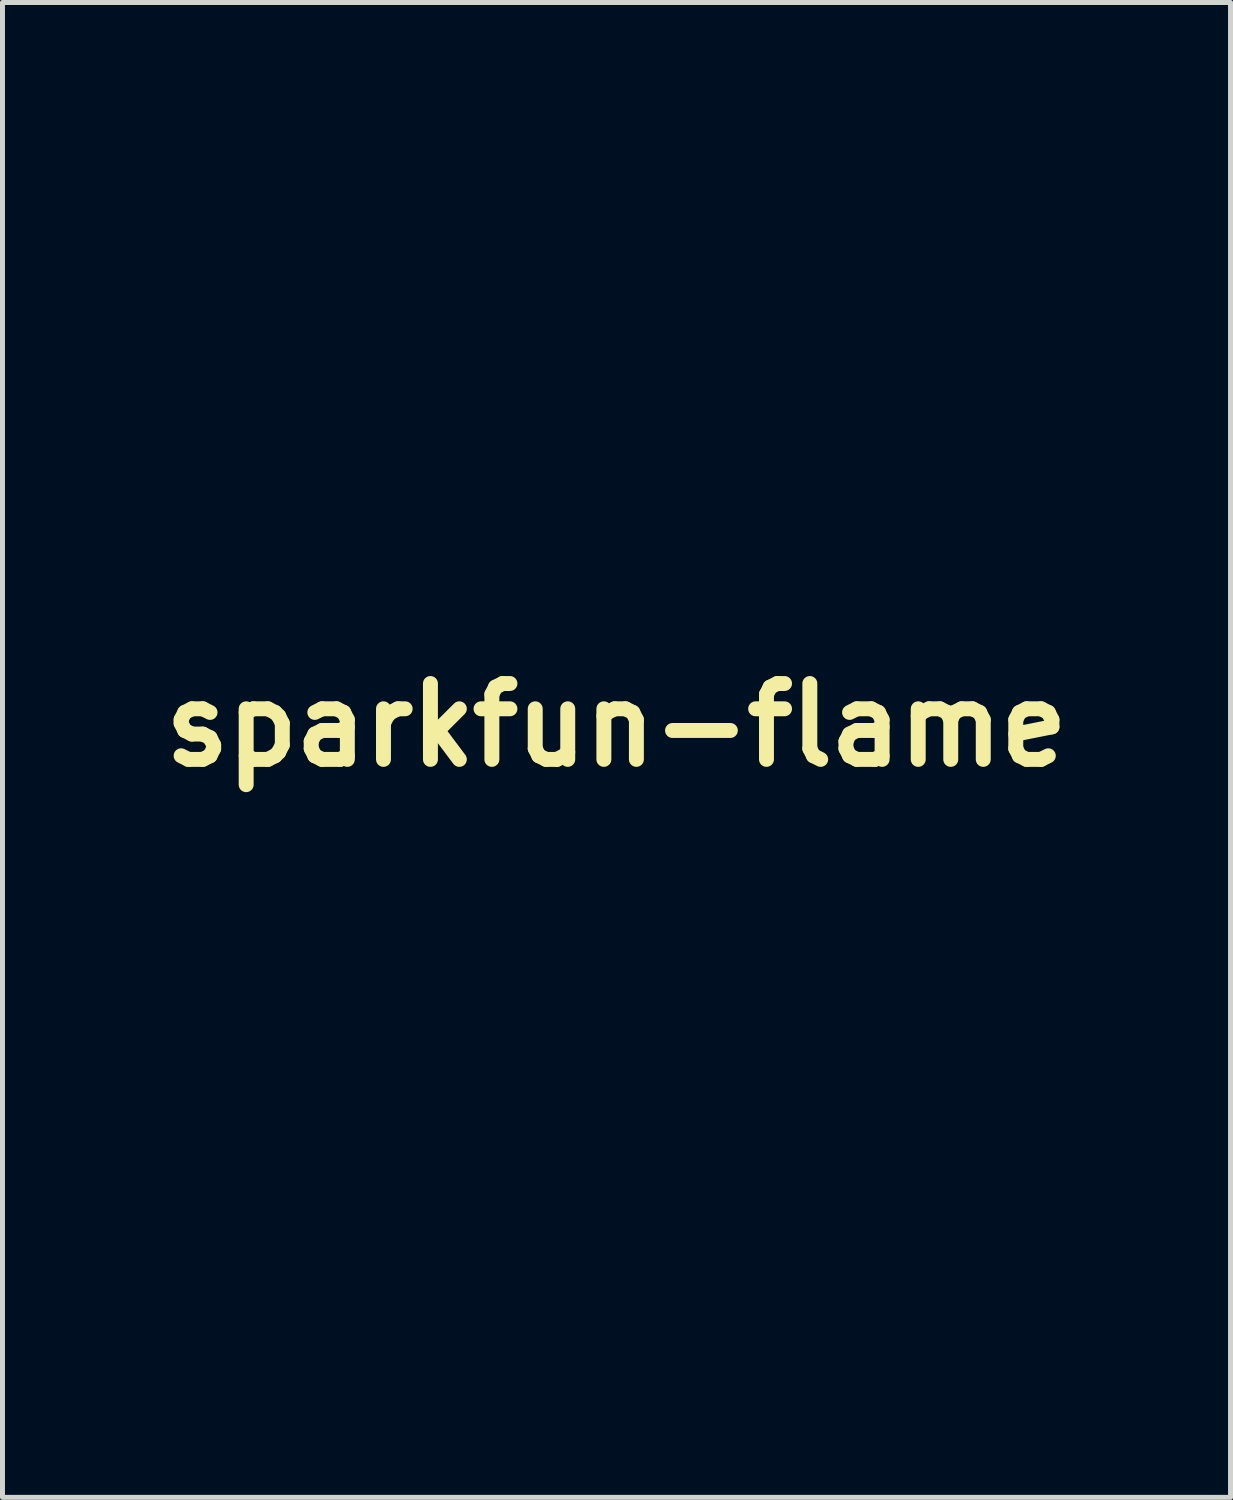
<source format=kicad_pcb>
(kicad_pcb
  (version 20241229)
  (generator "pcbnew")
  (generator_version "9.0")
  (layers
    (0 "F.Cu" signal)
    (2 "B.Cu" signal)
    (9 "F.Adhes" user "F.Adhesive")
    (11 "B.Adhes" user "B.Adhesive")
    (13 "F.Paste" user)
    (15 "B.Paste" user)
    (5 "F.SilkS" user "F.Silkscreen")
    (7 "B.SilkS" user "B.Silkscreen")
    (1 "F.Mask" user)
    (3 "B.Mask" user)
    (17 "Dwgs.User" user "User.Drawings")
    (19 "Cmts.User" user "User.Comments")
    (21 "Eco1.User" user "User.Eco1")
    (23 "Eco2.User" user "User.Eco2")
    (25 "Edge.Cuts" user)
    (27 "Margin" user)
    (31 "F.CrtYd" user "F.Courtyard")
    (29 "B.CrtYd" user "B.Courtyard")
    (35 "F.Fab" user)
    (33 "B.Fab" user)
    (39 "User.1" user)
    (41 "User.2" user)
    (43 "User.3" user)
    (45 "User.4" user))
  (footprint "sparkfun-flame"
    (layer "F.Cu")
    (at 9.333 11.513)
    (property "Reference" "sparkfun-flame" (at 0 0 0) (layer "F.SilkS") (effects (font (size 1.524 1.524) (thickness 0.3))))
    (attr through_hole)
    (fp_poly (pts (xy 1.227 -11.486) (xy 1.649 -11.425) (xy 2.073 -11.323) (xy 2.497 -11.181) (xy 2.919 -11) (xy 3.196 -10.858) (xy 3.306 -10.796) (xy 3.429 -10.722) (xy 3.556 -10.642) (xy 3.679 -10.56) (xy 3.79 -10.484) (xy 3.881 -10.418) (xy 3.937 -10.372) (xy 4.011 -10.306) (xy 3.948 -10.317) (xy 3.902 -10.323) (xy 3.825 -10.332) (xy 3.728 -10.343) (xy 3.623 -10.353) (xy 3.314 -10.366) (xy 3.008 -10.344) (xy 2.711 -10.289) (xy 2.43 -10.204) (xy 2.168 -10.088) (xy 1.933 -9.944) (xy 1.857 -9.888) (xy 1.696 -9.741) (xy 1.547 -9.57) (xy 1.416 -9.384) (xy 1.31 -9.192) (xy 1.234 -9.003) (xy 1.217 -8.944) (xy 1.196 -8.816) (xy 1.187 -8.666) (xy 1.191 -8.511) (xy 1.208 -8.368) (xy 1.217 -8.323) (xy 1.293 -8.086) (xy 1.408 -7.846) (xy 1.559 -7.604) (xy 1.745 -7.365) (xy 1.962 -7.131) (xy 2.209 -6.906) (xy 2.482 -6.692) (xy 2.677 -6.557) (xy 2.968 -6.38) (xy 3.245 -6.238) (xy 3.51 -6.131) (xy 3.759 -6.058) (xy 3.993 -6.02) (xy 4.209 -6.018) (xy 4.407 -6.05) (xy 4.586 -6.118) (xy 4.743 -6.222) (xy 4.824 -6.297) (xy 4.939 -6.449) (xy 5.026 -6.629) (xy 5.085 -6.836) (xy 5.114 -7.064) (xy 5.113 -7.311) (xy 5.102 -7.437) (xy 5.092 -7.525) (xy 5.086 -7.597) (xy 5.083 -7.642) (xy 5.084 -7.653) (xy 5.106 -7.648) (xy 5.157 -7.63) (xy 5.227 -7.602) (xy 5.255 -7.59) (xy 5.484 -7.472) (xy 5.717 -7.316) (xy 5.952 -7.125) (xy 6.185 -6.903) (xy 6.413 -6.653) (xy 6.631 -6.378) (xy 6.821 -6.107) (xy 6.91 -5.963) (xy 7.009 -5.789) (xy 7.112 -5.595) (xy 7.215 -5.391) (xy 7.312 -5.186) (xy 7.4 -4.992) (xy 7.473 -4.816) (xy 7.504 -4.731) (xy 7.658 -4.264) (xy 7.78 -3.809) (xy 7.871 -3.358) (xy 7.933 -2.901) (xy 7.967 -2.43) (xy 7.975 -1.936) (xy 7.973 -1.799) (xy 7.966 -1.556) (xy 7.956 -1.343) (xy 7.941 -1.149) (xy 7.92 -0.964) (xy 7.892 -0.774) (xy 7.857 -0.57) (xy 7.851 -0.54) (xy 7.725 0.025) (xy 7.557 0.58) (xy 7.349 1.125) (xy 7.102 1.659) (xy 6.817 2.18) (xy 6.493 2.686) (xy 6.133 3.176) (xy 5.737 3.649) (xy 5.305 4.102) (xy 5.247 4.16) (xy 4.817 4.55) (xy 4.368 4.903) (xy 3.901 5.218) (xy 3.415 5.494) (xy 2.911 5.733) (xy 2.388 5.933) (xy 1.848 6.095) (xy 1.289 6.219) (xy 0.712 6.304) (xy 0.476 6.328) (xy 0.385 6.334) (xy 0.261 6.339) (xy 0.112 6.343) (xy -0.053 6.347) (xy -0.226 6.349) (xy -0.377 6.35) (xy -0.56 6.35) (xy -0.707 6.351) (xy -0.825 6.354) (xy -0.921 6.358) (xy -1 6.364) (xy -1.07 6.373) (xy -1.138 6.384) (xy -1.192 6.394) (xy -1.54 6.483) (xy -1.882 6.603) (xy -2.222 6.757) (xy -2.563 6.946) (xy -2.908 7.172) (xy -3.258 7.436) (xy -3.493 7.63) (xy -3.672 7.789) (xy -3.875 7.979) (xy -4.1 8.197) (xy -4.344 8.441) (xy -4.604 8.708) (xy -4.879 8.995) (xy -5.166 9.299) (xy -5.463 9.62) (xy -5.768 9.953) (xy -6.077 10.296) (xy -6.388 10.647) (xy -6.7 11.003) (xy -7.01 11.361) (xy -7.316 11.72) (xy -7.614 12.076) (xy -7.693 12.171) (xy -7.776 12.271) (xy -7.849 12.36) (xy -7.909 12.432) (xy -7.951 12.482) (xy -7.971 12.507) (xy -7.972 12.508) (xy -7.973 12.488) (xy -7.973 12.427) (xy -7.974 12.327) (xy -7.975 12.189) (xy -7.975 12.016) (xy -7.976 11.809) (xy -7.976 11.568) (xy -7.977 11.297) (xy -7.977 10.997) (xy -7.977 10.669) (xy -7.978 10.315) (xy -7.978 9.936) (xy -7.979 9.535) (xy -7.979 9.112) (xy -7.979 8.669) (xy -7.979 8.209) (xy -7.979 7.732) (xy -7.98 7.241) (xy -7.98 6.737) (xy -7.98 6.221) (xy -7.98 6.094) (xy -7.98 5.464) (xy -7.98 4.874) (xy -7.98 4.323) (xy -7.979 3.811) (xy -7.979 3.334) (xy -7.979 2.893) (xy -7.979 2.485) (xy -7.978 2.109) (xy -7.978 1.764) (xy -7.977 1.448) (xy -7.976 1.159) (xy -7.975 0.896) (xy -7.973 0.658) (xy -7.971 0.443) (xy -7.969 0.249) (xy -7.967 0.076) (xy -7.964 -0.079) (xy -7.961 -0.216) (xy -7.957 -0.338) (xy -7.954 -0.446) (xy -7.949 -0.54) (xy -7.944 -0.624) (xy -7.939 -0.698) (xy -7.933 -0.764) (xy -7.927 -0.822) (xy -7.92 -0.876) (xy -7.912 -0.925) (xy -7.904 -0.973) (xy -7.896 -1.019) (xy -7.886 -1.066) (xy -7.876 -1.115) (xy -7.865 -1.167) (xy -7.864 -1.171) (xy -7.769 -1.554) (xy -7.643 -1.915) (xy -7.487 -2.25) (xy -7.332 -2.511) (xy -7.241 -2.635) (xy -7.123 -2.774) (xy -6.989 -2.917) (xy -6.847 -3.055) (xy -6.706 -3.18) (xy -6.575 -3.281) (xy -6.54 -3.306) (xy -6.206 -3.504) (xy -5.848 -3.667) (xy -5.471 -3.795) (xy -5.079 -3.886) (xy -4.949 -3.907) (xy -4.838 -3.921) (xy -4.725 -3.93) (xy -4.599 -3.934) (xy -4.45 -3.934) (xy -4.297 -3.932) (xy -4.055 -3.922) (xy -3.844 -3.903) (xy -3.652 -3.875) (xy -3.468 -3.836) (xy -3.313 -3.793) (xy -3.187 -3.755) (xy -3.457 -3.625) (xy -3.743 -3.473) (xy -3.989 -3.316) (xy -4.195 -3.154) (xy -4.359 -2.986) (xy -4.482 -2.813) (xy -4.563 -2.635) (xy -4.593 -2.521) (xy -4.61 -2.313) (xy -4.586 -2.1) (xy -4.521 -1.883) (xy -4.478 -1.784) (xy -4.393 -1.621) (xy -4.301 -1.484) (xy -4.19 -1.355) (xy -4.148 -1.312) (xy -3.942 -1.135) (xy -3.708 -0.986) (xy -3.452 -0.866) (xy -3.178 -0.775) (xy -2.891 -0.714) (xy -2.595 -0.683) (xy -2.296 -0.684) (xy -1.998 -0.717) (xy -1.707 -0.783) (xy -1.427 -0.881) (xy -1.34 -0.92) (xy -1.165 -1.009) (xy -1.017 -1.099) (xy -0.88 -1.202) (xy -0.74 -1.326) (xy -0.733 -1.333) (xy -0.542 -1.541) (xy -0.391 -1.765) (xy -0.278 -2.001) (xy -0.204 -2.248) (xy -0.17 -2.503) (xy -0.175 -2.765) (xy -0.219 -3.031) (xy -0.304 -3.298) (xy -0.428 -3.565) (xy -0.556 -3.778) (xy -0.602 -3.844) (xy -0.649 -3.908) (xy -0.701 -3.974) (xy -0.761 -4.044) (xy -0.833 -4.124) (xy -0.92 -4.217) (xy -1.026 -4.326) (xy -1.155 -4.455) (xy -1.308 -4.609) (xy -1.377 -4.678) (xy -1.548 -4.85) (xy -1.708 -5.014) (xy -1.853 -5.167) (xy -1.978 -5.304) (xy -2.079 -5.419) (xy -2.131 -5.483) (xy -2.411 -5.859) (xy -2.65 -6.229) (xy -2.848 -6.595) (xy -3.005 -6.954) (xy -3.121 -7.308) (xy -3.197 -7.654) (xy -3.231 -7.994) (xy -3.225 -8.326) (xy -3.178 -8.65) (xy -3.09 -8.966) (xy -2.96 -9.273) (xy -2.79 -9.571) (xy -2.579 -9.86) (xy -2.333 -10.132) (xy -2.037 -10.405) (xy -1.718 -10.654) (xy -1.38 -10.876) (xy -1.029 -11.069) (xy -0.671 -11.229) (xy -0.311 -11.353) (xy -0.011 -11.428) (xy 0.395 -11.488) (xy 0.808 -11.508) (xy 1.227 -11.486)) (stroke (width 0.01) (type solid)) (fill yes) (layer "F.Mask")))
  (gr_rect
    (start -3 -3)
    (end 21.665 27.025)
    (stroke (width 0.1) (type default))
    (fill no)
    (layer "Edge.Cuts")))
</source>
